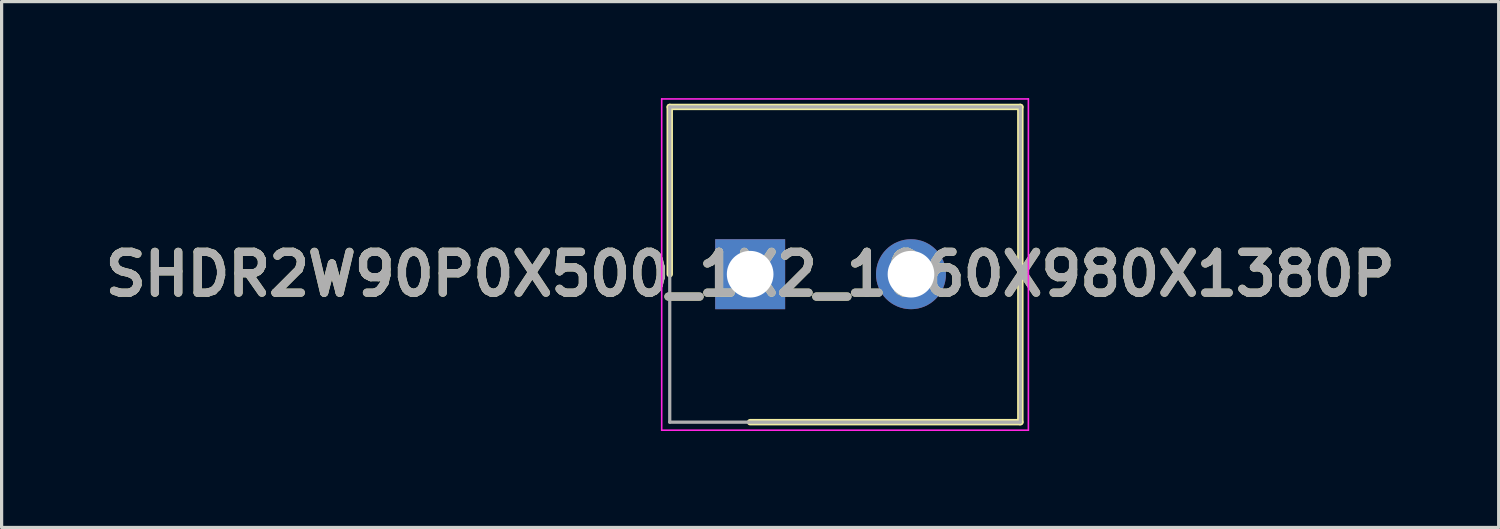
<source format=kicad_pcb>
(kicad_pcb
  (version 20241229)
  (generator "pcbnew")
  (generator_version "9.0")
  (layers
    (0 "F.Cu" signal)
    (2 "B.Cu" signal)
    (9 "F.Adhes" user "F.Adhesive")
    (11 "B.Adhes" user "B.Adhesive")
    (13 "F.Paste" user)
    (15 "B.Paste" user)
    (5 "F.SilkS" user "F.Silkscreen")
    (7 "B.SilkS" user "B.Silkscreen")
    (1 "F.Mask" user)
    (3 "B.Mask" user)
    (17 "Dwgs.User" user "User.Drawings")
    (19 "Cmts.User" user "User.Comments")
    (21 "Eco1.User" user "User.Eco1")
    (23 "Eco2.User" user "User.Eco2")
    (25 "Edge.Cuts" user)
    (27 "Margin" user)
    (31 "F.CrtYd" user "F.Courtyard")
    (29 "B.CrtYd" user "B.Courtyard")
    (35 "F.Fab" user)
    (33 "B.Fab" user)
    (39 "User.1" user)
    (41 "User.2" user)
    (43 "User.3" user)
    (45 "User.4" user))
  (footprint "SHDR2W90P0X500_1X2_1060X980X1380P"
    (layer "F.Cu")
    (at 20.272 5.475)
    (property "Reference" "SHDR2W90P0X500_1X2_1060X980X1380P" (at 0 0 0) (layer "F.SilkS") (effects (font (size 1.27 1.27) (thickness 0.254))))
    (attr through_hole)
    (fp_line (start -2.5 -5.2) (end -2.5 0) (stroke (width 0.2) (type solid)) (layer "F.SilkS"))
    (fp_line (start 0 4.6) (end 8.4 4.6) (stroke (width 0.2) (type solid)) (layer "F.SilkS"))
    (fp_line (start 8.4 -5.2) (end -2.5 -5.2) (stroke (width 0.2) (type solid)) (layer "F.SilkS"))
    (fp_line (start 8.4 4.6) (end 8.4 -5.2) (stroke (width 0.2) (type solid)) (layer "F.SilkS"))
    (fp_line (start -2.75 -5.45) (end 8.65 -5.45) (stroke (width 0.05) (type solid)) (layer "F.CrtYd"))
    (fp_line (start -2.75 4.85) (end -2.75 -5.45) (stroke (width 0.05) (type solid)) (layer "F.CrtYd"))
    (fp_line (start 8.65 -5.45) (end 8.65 4.85) (stroke (width 0.05) (type solid)) (layer "F.CrtYd"))
    (fp_line (start 8.65 4.85) (end -2.75 4.85) (stroke (width 0.05) (type solid)) (layer "F.CrtYd"))
    (fp_line (start -2.5 -5.2) (end 8.4 -5.2) (stroke (width 0.1) (type solid)) (layer "F.Fab"))
    (fp_line (start -2.5 4.6) (end -2.5 -5.2) (stroke (width 0.1) (type solid)) (layer "F.Fab"))
    (fp_line (start 8.4 -5.2) (end 8.4 4.6) (stroke (width 0.1) (type solid)) (layer "F.Fab"))
    (fp_line (start 8.4 4.6) (end -2.5 4.6) (stroke (width 0.1) (type solid)) (layer "F.Fab"))
    (fp_text user "${REFERENCE}" (at 0 0 0) (layer "F.Fab") (effects (font (size 1.27 1.27) (thickness 0.254))))
    (pad "1" thru_hole rect (at 0 0) (size 2.175 2.175) (drill 1.45) (layers "*.Cu" "*.Mask"))
    (pad "2" thru_hole circle (at 5 0) (size 2.175 2.175) (drill 1.45) (layers "*.Cu" "*.Mask")))
  (gr_rect
    (start -3 -3)
    (end 43.543 13.35)
    (stroke (width 0.1) (type default))
    (fill no)
    (layer "Edge.Cuts")))
</source>
